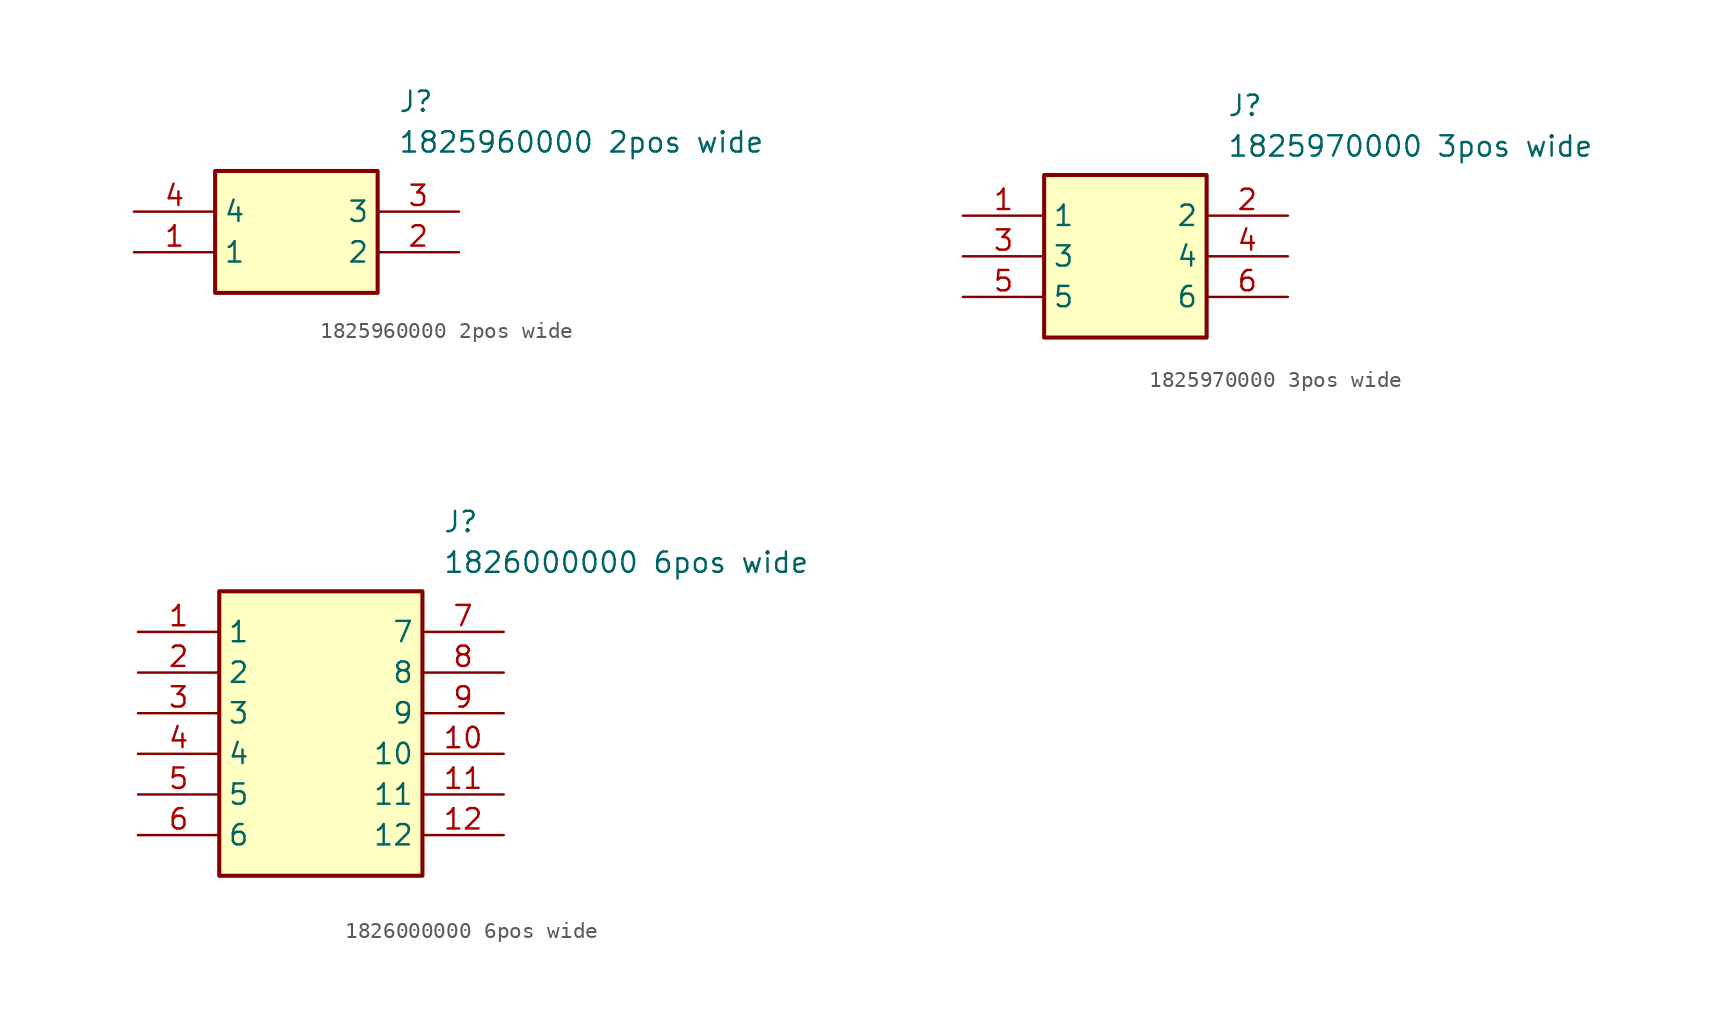
<source format=kicad_sym>
(kicad_symbol_lib
  (version 20220914)
  (generator kicad_symbol_editor)
  (symbol "1825960000 2pos wide"
    (property "Reference" "J"
      (at 16.51 7.62 0)
      (effects (font (size 1.27 1.27)) (justify left top)))
    (property "Value" "1825960000 2pos wide"
      (at 16.51 5.08 0)
      (effects (font (size 1.27 1.27)) (justify left top)))
    (symbol "1825960000 2pos wide_1_1"
      (rectangle (start 5.08 2.54) (end 15.24 -5.08) (stroke (width 0.254) (type default)) (fill (type background)))
      (pin passive line (at 0 -2.54 0) (length 5.08) (name "1" (effects (font (size 1.27 1.27)))) (number "1" (effects (font (size 1.27 1.27)))))
      (pin passive line (at 20.32 -2.54 180) (length 5.08) (name "2" (effects (font (size 1.27 1.27)))) (number "2" (effects (font (size 1.27 1.27)))))
      (pin passive line (at 20.32 0 180) (length 5.08) (name "3" (effects (font (size 1.27 1.27)))) (number "3" (effects (font (size 1.27 1.27)))))
      (pin passive line (at 0 0 0) (length 5.08) (name "4" (effects (font (size 1.27 1.27)))) (number "4" (effects (font (size 1.27 1.27)))))))
  (symbol "1825970000 3pos wide"
    (property "Reference" "J"
      (at 16.51 7.62 0)
      (effects (font (size 1.27 1.27)) (justify left top)))
    (property "Value" "1825970000 3pos wide"
      (at 16.51 5.08 0)
      (effects (font (size 1.27 1.27)) (justify left top)))
    (symbol "1825970000 3pos wide_1_1"
      (rectangle (start 5.08 2.54) (end 15.24 -7.62) (stroke (width 0.254) (type default)) (fill (type background)))
      (pin passive line (at 0 0 0) (length 5.08) (name "1" (effects (font (size 1.27 1.27)))) (number "1" (effects (font (size 1.27 1.27)))))
      (pin passive line (at 20.32 0 180) (length 5.08) (name "2" (effects (font (size 1.27 1.27)))) (number "2" (effects (font (size 1.27 1.27)))))
      (pin passive line (at 0 -2.54 0) (length 5.08) (name "3" (effects (font (size 1.27 1.27)))) (number "3" (effects (font (size 1.27 1.27)))))
      (pin passive line (at 20.32 -2.54 180) (length 5.08) (name "4" (effects (font (size 1.27 1.27)))) (number "4" (effects (font (size 1.27 1.27)))))
      (pin passive line (at 0 -5.08 0) (length 5.08) (name "5" (effects (font (size 1.27 1.27)))) (number "5" (effects (font (size 1.27 1.27)))))
      (pin passive line (at 20.32 -5.08 180) (length 5.08) (name "6" (effects (font (size 1.27 1.27)))) (number "6" (effects (font (size 1.27 1.27)))))))
  (symbol "1826000000 6pos wide"
    (property "Reference" "J"
      (at 19.05 7.62 0)
      (effects (font (size 1.27 1.27)) (justify left top)))
    (property "Value" "1826000000 6pos wide"
      (at 19.05 5.08 0)
      (effects (font (size 1.27 1.27)) (justify left top)))
    (symbol "1826000000 6pos wide_1_1"
      (rectangle (start 5.08 2.54) (end 17.78 -15.24) (stroke (width 0.254) (type default)) (fill (type background)))
      (pin passive line (at 0 0 0) (length 5.08) (name "1" (effects (font (size 1.27 1.27)))) (number "1" (effects (font (size 1.27 1.27)))))
      (pin passive line (at 22.86 -7.62 180) (length 5.08) (name "10" (effects (font (size 1.27 1.27)))) (number "10" (effects (font (size 1.27 1.27)))))
      (pin passive line (at 22.86 -10.16 180) (length 5.08) (name "11" (effects (font (size 1.27 1.27)))) (number "11" (effects (font (size 1.27 1.27)))))
      (pin passive line (at 22.86 -12.7 180) (length 5.08) (name "12" (effects (font (size 1.27 1.27)))) (number "12" (effects (font (size 1.27 1.27)))))
      (pin passive line (at 0 -2.54 0) (length 5.08) (name "2" (effects (font (size 1.27 1.27)))) (number "2" (effects (font (size 1.27 1.27)))))
      (pin passive line (at 0 -5.08 0) (length 5.08) (name "3" (effects (font (size 1.27 1.27)))) (number "3" (effects (font (size 1.27 1.27)))))
      (pin passive line (at 0 -7.62 0) (length 5.08) (name "4" (effects (font (size 1.27 1.27)))) (number "4" (effects (font (size 1.27 1.27)))))
      (pin passive line (at 0 -10.16 0) (length 5.08) (name "5" (effects (font (size 1.27 1.27)))) (number "5" (effects (font (size 1.27 1.27)))))
      (pin passive line (at 0 -12.7 0) (length 5.08) (name "6" (effects (font (size 1.27 1.27)))) (number "6" (effects (font (size 1.27 1.27)))))
      (pin passive line (at 22.86 0 180) (length 5.08) (name "7" (effects (font (size 1.27 1.27)))) (number "7" (effects (font (size 1.27 1.27)))))
      (pin passive line (at 22.86 -2.54 180) (length 5.08) (name "8" (effects (font (size 1.27 1.27)))) (number "8" (effects (font (size 1.27 1.27)))))
      (pin passive line (at 22.86 -5.08 180) (length 5.08) (name "9" (effects (font (size 1.27 1.27)))) (number "9" (effects (font (size 1.27 1.27))))))))
</source>
